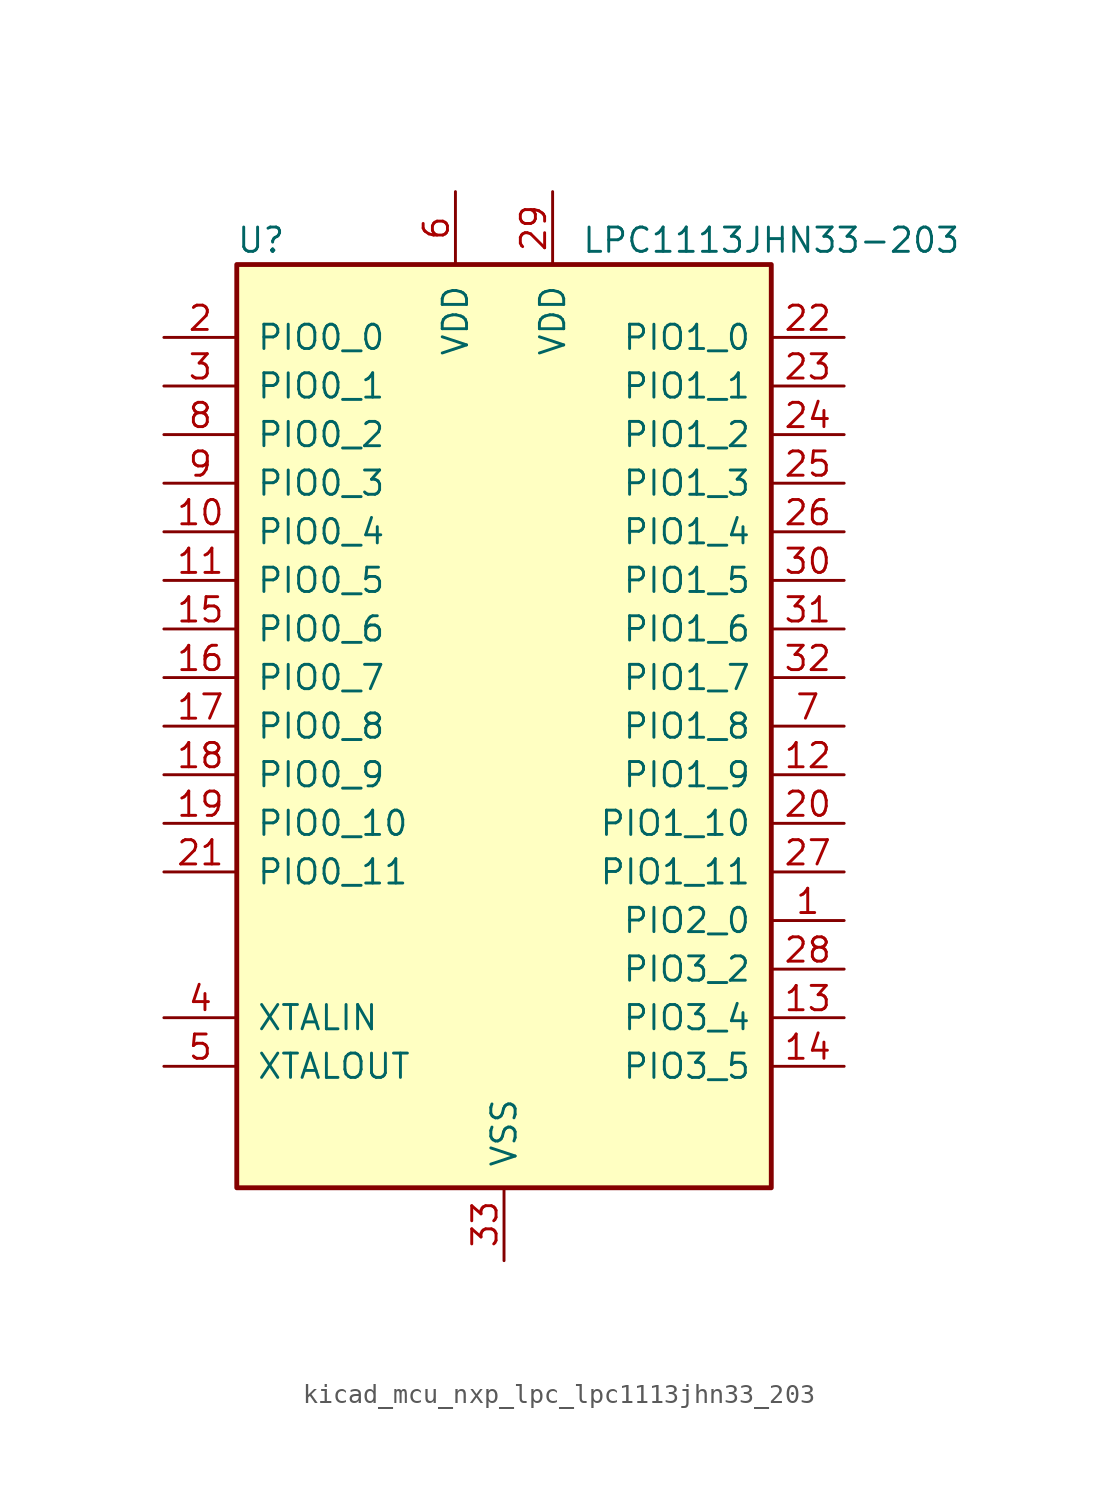
<source format=kicad_sym>
(kicad_symbol_lib
  (version 20220914)
  (generator kicad_symbol_editor)
  (symbol "kicad_mcu_nxp_lpc_lpc1113jhn33_203"
    (pin_names
      (offset 1.016))
    (property "Reference" "U"
      (at -12.7 25.4 0)
      (effects (font (size 1.27 1.27))))
    (property "Value" "LPC1113JHN33-203"
      (at 13.97 25.4 0)
      (effects (font (size 1.27 1.27))))
    (symbol "kicad_mcu_nxp_lpc_lpc1113jhn33_203_0_1"
      (rectangle (start -13.97 24.13) (end 13.97 -24.13) (stroke (width 0.254) (type default)) (fill (type background))))
    (symbol "kicad_mcu_nxp_lpc_lpc1113jhn33_203_1_1"
      (pin bidirectional line (at 17.78 -10.16 180) (length 3.81) (name "PIO2_0" (effects (font (size 1.27 1.27)))) (number "1" (effects (font (size 1.27 1.27)))))
      (pin bidirectional line (at -17.78 10.16 0) (length 3.81) (name "PIO0_4" (effects (font (size 1.27 1.27)))) (number "10" (effects (font (size 1.27 1.27)))))
      (pin bidirectional line (at -17.78 7.62 0) (length 3.81) (name "PIO0_5" (effects (font (size 1.27 1.27)))) (number "11" (effects (font (size 1.27 1.27)))))
      (pin bidirectional line (at 17.78 -2.54 180) (length 3.81) (name "PIO1_9" (effects (font (size 1.27 1.27)))) (number "12" (effects (font (size 1.27 1.27)))))
      (pin bidirectional line (at 17.78 -15.24 180) (length 3.81) (name "PIO3_4" (effects (font (size 1.27 1.27)))) (number "13" (effects (font (size 1.27 1.27)))))
      (pin bidirectional line (at 17.78 -17.78 180) (length 3.81) (name "PIO3_5" (effects (font (size 1.27 1.27)))) (number "14" (effects (font (size 1.27 1.27)))))
      (pin bidirectional line (at -17.78 5.08 0) (length 3.81) (name "PIO0_6" (effects (font (size 1.27 1.27)))) (number "15" (effects (font (size 1.27 1.27)))))
      (pin bidirectional line (at -17.78 2.54 0) (length 3.81) (name "PIO0_7" (effects (font (size 1.27 1.27)))) (number "16" (effects (font (size 1.27 1.27)))))
      (pin bidirectional line (at -17.78 0 0) (length 3.81) (name "PIO0_8" (effects (font (size 1.27 1.27)))) (number "17" (effects (font (size 1.27 1.27)))))
      (pin bidirectional line (at -17.78 -2.54 0) (length 3.81) (name "PIO0_9" (effects (font (size 1.27 1.27)))) (number "18" (effects (font (size 1.27 1.27)))))
      (pin bidirectional line (at -17.78 -5.08 0) (length 3.81) (name "PIO0_10" (effects (font (size 1.27 1.27)))) (number "19" (effects (font (size 1.27 1.27)))))
      (pin bidirectional line (at -17.78 20.32 0) (length 3.81) (name "PIO0_0" (effects (font (size 1.27 1.27)))) (number "2" (effects (font (size 1.27 1.27)))))
      (pin bidirectional line (at 17.78 -5.08 180) (length 3.81) (name "PIO1_10" (effects (font (size 1.27 1.27)))) (number "20" (effects (font (size 1.27 1.27)))))
      (pin bidirectional line (at -17.78 -7.62 0) (length 3.81) (name "PIO0_11" (effects (font (size 1.27 1.27)))) (number "21" (effects (font (size 1.27 1.27)))))
      (pin bidirectional line (at 17.78 20.32 180) (length 3.81) (name "PIO1_0" (effects (font (size 1.27 1.27)))) (number "22" (effects (font (size 1.27 1.27)))))
      (pin bidirectional line (at 17.78 17.78 180) (length 3.81) (name "PIO1_1" (effects (font (size 1.27 1.27)))) (number "23" (effects (font (size 1.27 1.27)))))
      (pin bidirectional line (at 17.78 15.24 180) (length 3.81) (name "PIO1_2" (effects (font (size 1.27 1.27)))) (number "24" (effects (font (size 1.27 1.27)))))
      (pin bidirectional line (at 17.78 12.7 180) (length 3.81) (name "PIO1_3" (effects (font (size 1.27 1.27)))) (number "25" (effects (font (size 1.27 1.27)))))
      (pin bidirectional line (at 17.78 10.16 180) (length 3.81) (name "PIO1_4" (effects (font (size 1.27 1.27)))) (number "26" (effects (font (size 1.27 1.27)))))
      (pin bidirectional line (at 17.78 -7.62 180) (length 3.81) (name "PIO1_11" (effects (font (size 1.27 1.27)))) (number "27" (effects (font (size 1.27 1.27)))))
      (pin bidirectional line (at 17.78 -12.7 180) (length 3.81) (name "PIO3_2" (effects (font (size 1.27 1.27)))) (number "28" (effects (font (size 1.27 1.27)))))
      (pin power_in line (at 2.54 27.94 270) (length 3.81) (name "VDD" (effects (font (size 1.27 1.27)))) (number "29" (effects (font (size 1.27 1.27)))))
      (pin bidirectional line (at -17.78 17.78 0) (length 3.81) (name "PIO0_1" (effects (font (size 1.27 1.27)))) (number "3" (effects (font (size 1.27 1.27)))))
      (pin bidirectional line (at 17.78 7.62 180) (length 3.81) (name "PIO1_5" (effects (font (size 1.27 1.27)))) (number "30" (effects (font (size 1.27 1.27)))))
      (pin bidirectional line (at 17.78 5.08 180) (length 3.81) (name "PIO1_6" (effects (font (size 1.27 1.27)))) (number "31" (effects (font (size 1.27 1.27)))))
      (pin bidirectional line (at 17.78 2.54 180) (length 3.81) (name "PIO1_7" (effects (font (size 1.27 1.27)))) (number "32" (effects (font (size 1.27 1.27)))))
      (pin power_in line (at 0 -27.94 90) (length 3.81) (name "VSS" (effects (font (size 1.27 1.27)))) (number "33" (effects (font (size 1.27 1.27)))))
      (pin input line (at -17.78 -15.24 0) (length 3.81) (name "XTALIN" (effects (font (size 1.27 1.27)))) (number "4" (effects (font (size 1.27 1.27)))))
      (pin output line (at -17.78 -17.78 0) (length 3.81) (name "XTALOUT" (effects (font (size 1.27 1.27)))) (number "5" (effects (font (size 1.27 1.27)))))
      (pin power_in line (at -2.54 27.94 270) (length 3.81) (name "VDD" (effects (font (size 1.27 1.27)))) (number "6" (effects (font (size 1.27 1.27)))))
      (pin bidirectional line (at 17.78 0 180) (length 3.81) (name "PIO1_8" (effects (font (size 1.27 1.27)))) (number "7" (effects (font (size 1.27 1.27)))))
      (pin bidirectional line (at -17.78 15.24 0) (length 3.81) (name "PIO0_2" (effects (font (size 1.27 1.27)))) (number "8" (effects (font (size 1.27 1.27)))))
      (pin bidirectional line (at -17.78 12.7 0) (length 3.81) (name "PIO0_3" (effects (font (size 1.27 1.27)))) (number "9" (effects (font (size 1.27 1.27))))))))
</source>
